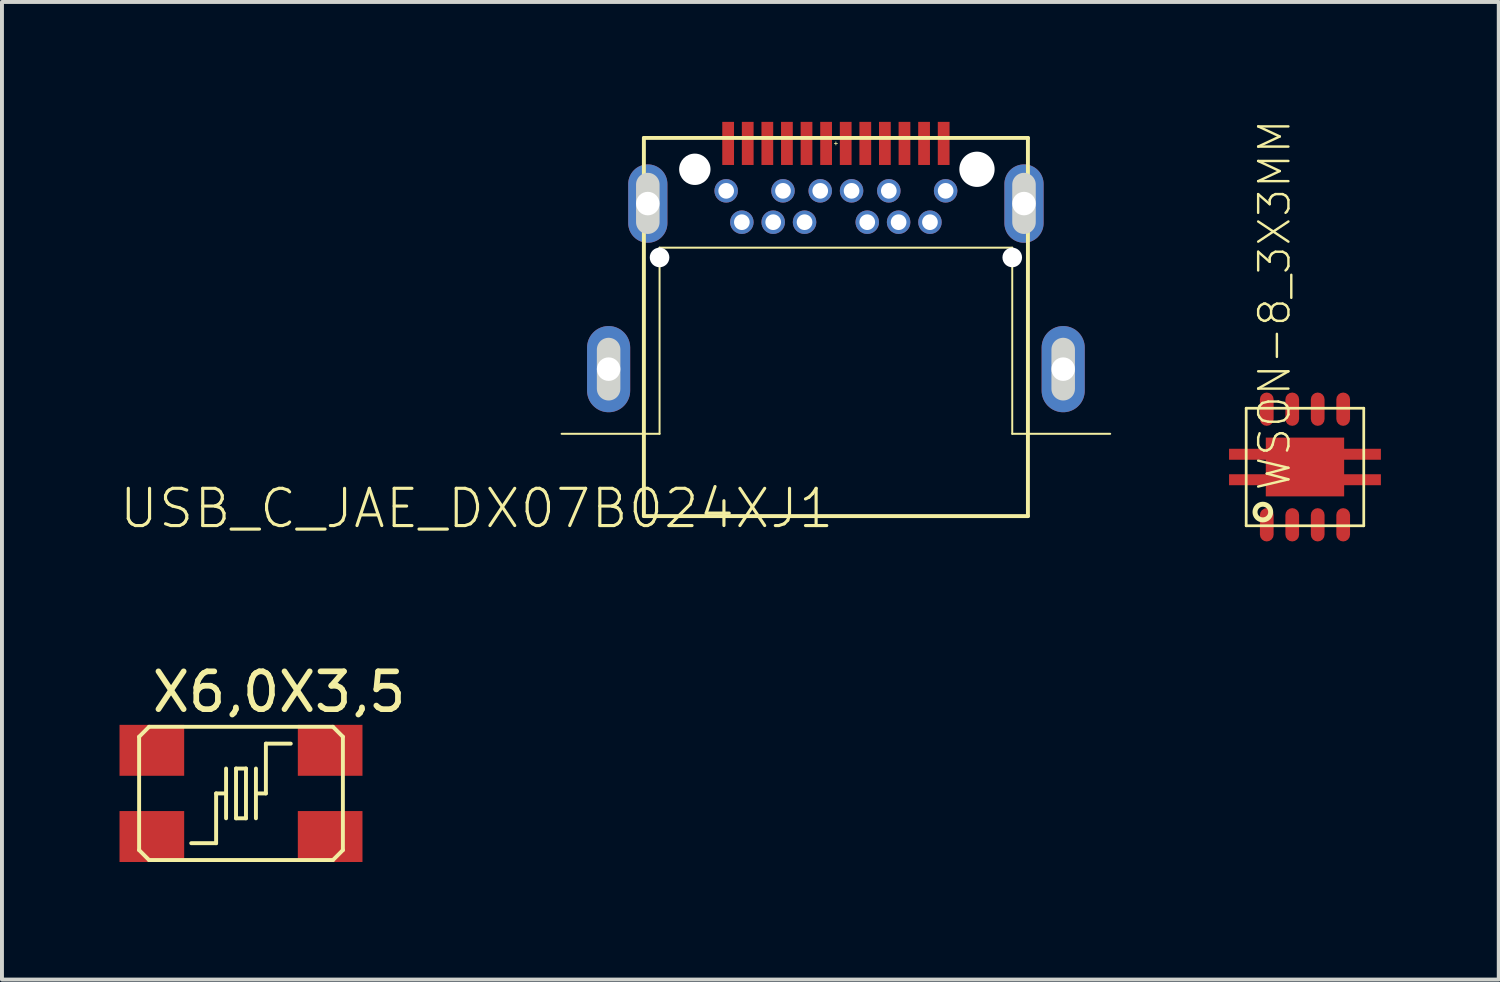
<source format=kicad_pcb>
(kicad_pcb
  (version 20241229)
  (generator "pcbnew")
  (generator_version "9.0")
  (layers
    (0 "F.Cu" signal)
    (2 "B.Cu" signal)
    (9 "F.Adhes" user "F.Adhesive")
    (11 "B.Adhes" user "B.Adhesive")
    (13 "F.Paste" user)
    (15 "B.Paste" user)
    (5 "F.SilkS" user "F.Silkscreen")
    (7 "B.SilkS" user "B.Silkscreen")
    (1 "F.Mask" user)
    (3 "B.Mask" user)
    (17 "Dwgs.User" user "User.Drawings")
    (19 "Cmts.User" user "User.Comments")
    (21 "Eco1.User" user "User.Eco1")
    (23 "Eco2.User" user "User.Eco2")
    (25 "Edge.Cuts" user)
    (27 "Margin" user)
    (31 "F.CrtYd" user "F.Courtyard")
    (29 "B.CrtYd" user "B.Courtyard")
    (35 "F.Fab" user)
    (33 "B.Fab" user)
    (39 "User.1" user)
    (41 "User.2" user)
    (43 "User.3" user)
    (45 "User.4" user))
  (footprint "X6,0X3,5"
    (layer "F.Cu")
    (at 3.1 17.197)
    (property "Reference" "X6,0X3,5" (at -2.34 -2.025 0) (layer "F.SilkS") (effects (font (size 0.965 0.965) (thickness 0.145)) (justify left bottom)))
    (attr through_hole)
    (fp_line (start -2.6 -1.446) (end -2.346 -1.7) (stroke (width 0.1) (type solid)) (layer "F.SilkS"))
    (fp_line (start -2.6 1.446) (end -2.6 -1.446) (stroke (width 0.1) (type solid)) (layer "F.SilkS"))
    (fp_line (start -2.346 -1.7) (end 2.346 -1.7) (stroke (width 0.1) (type solid)) (layer "F.SilkS"))
    (fp_line (start -2.346 1.7) (end -2.6 1.446) (stroke (width 0.1) (type solid)) (layer "F.SilkS"))
    (fp_line (start -1.27 1.27) (end -0.635 1.27) (stroke (width 0.1) (type solid)) (layer "F.SilkS"))
    (fp_line (start -0.635 0) (end -0.381 0) (stroke (width 0.1) (type solid)) (layer "F.SilkS"))
    (fp_line (start -0.635 1.27) (end -0.635 0) (stroke (width 0.1) (type solid)) (layer "F.SilkS"))
    (fp_line (start -0.381 0) (end -0.381 -0.635) (stroke (width 0.1) (type solid)) (layer "F.SilkS"))
    (fp_line (start -0.381 0) (end -0.381 0.635) (stroke (width 0.1) (type solid)) (layer "F.SilkS"))
    (fp_line (start -0.127 -0.635) (end 0.127 -0.635) (stroke (width 0.1) (type solid)) (layer "F.SilkS"))
    (fp_line (start -0.127 0.635) (end -0.127 -0.635) (stroke (width 0.1) (type solid)) (layer "F.SilkS"))
    (fp_line (start 0.127 -0.635) (end 0.127 0.635) (stroke (width 0.1) (type solid)) (layer "F.SilkS"))
    (fp_line (start 0.127 0.635) (end -0.127 0.635) (stroke (width 0.1) (type solid)) (layer "F.SilkS"))
    (fp_line (start 0.381 -0.635) (end 0.381 0) (stroke (width 0.1) (type solid)) (layer "F.SilkS"))
    (fp_line (start 0.381 0) (end 0.381 0.635) (stroke (width 0.1) (type solid)) (layer "F.SilkS"))
    (fp_line (start 0.381 0) (end 0.635 0) (stroke (width 0.1) (type solid)) (layer "F.SilkS"))
    (fp_line (start 0.635 -1.27) (end 1.27 -1.27) (stroke (width 0.1) (type solid)) (layer "F.SilkS"))
    (fp_line (start 0.635 0) (end 0.635 -1.27) (stroke (width 0.1) (type solid)) (layer "F.SilkS"))
    (fp_line (start 2.346 -1.7) (end 2.6 -1.446) (stroke (width 0.1) (type solid)) (layer "F.SilkS"))
    (fp_line (start 2.346 1.7) (end -2.346 1.7) (stroke (width 0.1) (type solid)) (layer "F.SilkS"))
    (fp_line (start 2.6 -1.446) (end 2.6 1.446) (stroke (width 0.1) (type solid)) (layer "F.SilkS"))
    (fp_line (start 2.6 1.446) (end 2.346 1.7) (stroke (width 0.1) (type solid)) (layer "F.SilkS"))
    (pad "1" smd rect (at -2.275 1.1) (size 1.65 1.3) (layers "F.Cu" "F.Mask" "F.Paste"))
    (pad "2" smd rect (at 2.275 1.1) (size 1.65 1.3) (layers "F.Cu" "F.Mask" "F.Paste"))
    (pad "3" smd rect (at 2.275 -1.1) (size 1.65 1.3) (layers "F.Cu" "F.Mask" "F.Paste"))
    (pad "4" smd rect (at -2.275 -1.1) (size 1.65 1.3) (layers "F.Cu" "F.Mask" "F.Paste")))
  (footprint "WSON-8_3X3MM"
    (layer "F.Cu")
    (at 30.251 8.867)
    (property "Reference" "WSON-8_3X3MM" (at -0.325 0.65 90) (layer "F.SilkS") (effects (font (size 0.772 0.772) (thickness 0.062)) (justify left bottom)))
    (attr through_hole)
    (fp_line (start -0.975 -1.725) (end -0.975 -1.225) (stroke (width 0.36) (type solid)) (layer "F.Mask"))
    (fp_line (start -0.975 1.225) (end -0.975 1.725) (stroke (width 0.36) (type solid)) (layer "F.Mask"))
    (fp_line (start -0.325 -1.725) (end -0.325 -1.225) (stroke (width 0.36) (type solid)) (layer "F.Mask"))
    (fp_line (start -0.325 1.225) (end -0.325 1.725) (stroke (width 0.36) (type solid)) (layer "F.Mask"))
    (fp_line (start 0.325 -1.725) (end 0.325 -1.225) (stroke (width 0.36) (type solid)) (layer "F.Mask"))
    (fp_line (start 0.325 1.225) (end 0.325 1.725) (stroke (width 0.36) (type solid)) (layer "F.Mask"))
    (fp_line (start 0.975 -1.725) (end 0.975 -1.225) (stroke (width 0.36) (type solid)) (layer "F.Mask"))
    (fp_line (start 0.975 1.225) (end 0.975 1.725) (stroke (width 0.36) (type solid)) (layer "F.Mask"))
    (fp_poly (pts (xy -1.945 -0.175) (xy -0.99 -0.175) (xy -0.99 -0.475) (xy -1.945 -0.475)) (stroke (width 0) (type solid)) (fill yes) (layer "F.Mask"))
    (fp_poly (pts (xy -1.945 0.475) (xy -0.99 0.475) (xy -0.99 0.175) (xy -1.945 0.175)) (stroke (width 0) (type solid)) (fill yes) (layer "F.Mask"))
    (fp_poly (pts (xy -0.775 0.65) (xy 0.775 0.65) (xy 0.775 -0.65) (xy -0.775 -0.65)) (stroke (width 0) (type solid)) (fill yes) (layer "F.Mask"))
    (fp_poly (pts (xy 0.99 -0.175) (xy 1.945 -0.175) (xy 1.945 -0.475) (xy 0.99 -0.475)) (stroke (width 0) (type solid)) (fill yes) (layer "F.Mask"))
    (fp_poly (pts (xy 0.99 0.475) (xy 1.945 0.475) (xy 1.945 0.175) (xy 0.99 0.175)) (stroke (width 0) (type solid)) (fill yes) (layer "F.Mask"))
    (fp_line (start -1.5 -1.5) (end 1.5 -1.5) (stroke (width 0.07) (type solid)) (layer "F.SilkS"))
    (fp_line (start -1.5 1.5) (end -1.5 -1.5) (stroke (width 0.07) (type solid)) (layer "F.SilkS"))
    (fp_line (start 1.5 -1.5) (end 1.5 1.5) (stroke (width 0.07) (type solid)) (layer "F.SilkS"))
    (fp_line (start 1.5 1.5) (end -1.5 1.5) (stroke (width 0.07) (type solid)) (layer "F.SilkS"))
    (fp_circle (center -1.075 1.15) (end -0.875 1.15) (stroke (width 0.127) (type solid)) (fill no) (layer "F.SilkS"))
    (fp_line (start -0.975 -1.73) (end -0.975 -1.22) (stroke (width 0.3) (type solid)) (layer "F.Paste"))
    (fp_line (start -0.975 1.22) (end -0.975 1.73) (stroke (width 0.3) (type solid)) (layer "F.Paste"))
    (fp_line (start -0.325 -1.73) (end -0.325 -1.22) (stroke (width 0.3) (type solid)) (layer "F.Paste"))
    (fp_line (start -0.325 1.22) (end -0.325 1.73) (stroke (width 0.3) (type solid)) (layer "F.Paste"))
    (fp_line (start 0.325 -1.73) (end 0.325 -1.22) (stroke (width 0.3) (type solid)) (layer "F.Paste"))
    (fp_line (start 0.325 1.22) (end 0.325 1.73) (stroke (width 0.3) (type solid)) (layer "F.Paste"))
    (fp_line (start 0.975 -1.73) (end 0.975 -1.22) (stroke (width 0.3) (type solid)) (layer "F.Paste"))
    (fp_line (start 0.975 1.22) (end 0.975 1.73) (stroke (width 0.3) (type solid)) (layer "F.Paste"))
    (fp_poly (pts (xy -1.93 -0.195) (xy -1.005 -0.195) (xy -1.005 -0.455) (xy -1.93 -0.455)) (stroke (width 0) (type solid)) (fill yes) (layer "F.Paste"))
    (fp_poly (pts (xy -1.93 0.455) (xy -1.005 0.455) (xy -1.005 0.195) (xy -1.93 0.195)) (stroke (width 0) (type solid)) (fill yes) (layer "F.Paste"))
    (fp_poly (pts (xy -0.7 -0.1) (xy -0.1 -0.1) (xy -0.1 -0.6) (xy -0.7 -0.6)) (stroke (width 0) (type solid)) (fill yes) (layer "F.Paste"))
    (fp_poly (pts (xy -0.7 0.6) (xy -0.1 0.6) (xy -0.1 0.1) (xy -0.7 0.1)) (stroke (width 0) (type solid)) (fill yes) (layer "F.Paste"))
    (fp_poly (pts (xy 0.1 -0.1) (xy 0.7 -0.1) (xy 0.7 -0.6) (xy 0.1 -0.6)) (stroke (width 0) (type solid)) (fill yes) (layer "F.Paste"))
    (fp_poly (pts (xy 0.1 0.6) (xy 0.7 0.6) (xy 0.7 0.1) (xy 0.1 0.1)) (stroke (width 0) (type solid)) (fill yes) (layer "F.Paste"))
    (fp_poly (pts (xy 1.005 -0.195) (xy 1.93 -0.195) (xy 1.93 -0.455) (xy 1.005 -0.455)) (stroke (width 0) (type solid)) (fill yes) (layer "F.Paste"))
    (fp_poly (pts (xy 1.005 0.455) (xy 1.93 0.455) (xy 1.93 0.195) (xy 1.005 0.195)) (stroke (width 0) (type solid)) (fill yes) (layer "F.Paste"))
    (pad "1" smd roundrect (at -0.975 1.475 90) (size 0.85 0.35) (layers "F.Cu" "F.Mask") (roundrect_rratio 0.5))
    (pad "2" smd roundrect (at -0.325 1.475 90) (size 0.85 0.35) (layers "F.Cu" "F.Mask") (roundrect_rratio 0.5))
    (pad "3" smd roundrect (at 0.325 1.475 90) (size 0.85 0.35) (layers "F.Cu" "F.Mask") (roundrect_rratio 0.5))
    (pad "4" smd roundrect (at 0.975 1.475 90) (size 0.85 0.35) (layers "F.Cu" "F.Mask") (roundrect_rratio 0.5))
    (pad "5" smd roundrect (at 0.975 -1.475 90) (size 0.85 0.35) (layers "F.Cu" "F.Mask") (roundrect_rratio 0.5))
    (pad "6" smd roundrect (at 0.325 -1.475 90) (size 0.85 0.35) (layers "F.Cu" "F.Mask") (roundrect_rratio 0.5))
    (pad "7" smd roundrect (at -0.325 -1.475 90) (size 0.85 0.35) (layers "F.Cu" "F.Mask") (roundrect_rratio 0.5))
    (pad "8" smd roundrect (at -0.975 -1.475 90) (size 0.85 0.35) (layers "F.Cu" "F.Mask") (roundrect_rratio 0.5))
    (pad "EP" smd rect (at 0 0) (size 2 1.5) (layers "F.Cu" "F.Mask"))
    (pad "EP$1" smd rect (at -1.425 -0.325 90) (size 0.28 1.025) (layers "F.Cu" "F.Mask"))
    (pad "EP$2" smd rect (at -1.425 0.325 90) (size 0.28 1.025) (layers "F.Cu" "F.Mask"))
    (pad "EP$3" smd rect (at 1.425 0.325 90) (size 0.28 1.025) (layers "F.Cu" "F.Mask"))
    (pad "EP$4" smd rect (at 1.425 -0.325 90) (size 0.28 1.025) (layers "F.Cu" "F.Mask")))
  (footprint "USB_C_JAE_DX07B024XJ1"
    (layer "F.Cu")
    (at 18.281 6.37)
    (property "Reference" "USB_C_JAE_DX07B024XJ1" (at 0 3 0) (layer "F.SilkS") (effects (font (size 0.95 0.95) (thickness 0.08)) (justify right top)))
    (attr through_hole)
    (fp_poly (pts (xy -2.96 -5.15) (xy 2.96 -5.15) (xy 2.96 -6.37) (xy -2.96 -6.37)) (stroke (width 0) (type solid)) (fill yes) (layer "F.Mask"))
    (fp_poly (pts (xy 4.51 -3.75) (xy 4.51 -4.71) (xy 4.549 -4.855) (xy 4.655 -4.961) (xy 4.8 -5) (xy 4.945 -4.961) (xy 5.051 -4.855) (xy 5.09 -4.71) (xy 5.09 -3.75) (xy 5.051 -3.605) (xy 4.945 -3.499) (xy 4.8 -3.46) (xy 4.655 -3.499) (xy 4.549 -3.605)) (stroke (width 0) (type solid)) (fill yes) (layer "In1.Cu"))
    (fp_poly (pts (xy 5.51 0.5) (xy 5.51 -0.5) (xy 5.549 -0.645) (xy 5.655 -0.751) (xy 5.8 -0.79) (xy 5.945 -0.751) (xy 6.051 -0.645) (xy 6.09 -0.5) (xy 6.09 0.5) (xy 6.051 0.645) (xy 5.945 0.751) (xy 5.8 0.79) (xy 5.655 0.751) (xy 5.549 0.645)) (stroke (width 0) (type solid)) (fill yes) (layer "In1.Cu"))
    (fp_poly (pts (xy -6.09 -0.05) (xy -6.09 -0.5) (xy -6.051 -0.645) (xy -5.945 -0.751) (xy -5.8 -0.79) (xy -5.655 -0.751) (xy -5.549 -0.645) (xy -5.51 -0.5) (xy -5.51 -0.03) (xy -5.51 0.5) (xy -5.549 0.645) (xy -5.655 0.751) (xy -5.8 0.79) (xy -5.945 0.751) (xy -6.051 0.645) (xy -6.09 0.5)) (stroke (width 0) (type solid)) (fill yes) (layer "In1.Cu"))
    (fp_poly (pts (xy -5.09 -4.25) (xy -5.09 -4.71) (xy -5.051 -4.855) (xy -4.945 -4.961) (xy -4.8 -5) (xy -4.655 -4.961) (xy -4.549 -4.855) (xy -4.51 -4.71) (xy -4.51 -4.23) (xy -4.51 -3.75) (xy -4.549 -3.605) (xy -4.655 -3.499) (xy -4.8 -3.46) (xy -4.945 -3.499) (xy -5.051 -3.605) (xy -5.09 -3.75)) (stroke (width 0) (type solid)) (fill yes) (layer "In1.Cu"))
    (fp_line (start -7 1.65) (end -4.5 1.65) (stroke (width 0.05) (type solid)) (layer "F.SilkS"))
    (fp_line (start -4.9 -5.9) (end -4.9 3.75) (stroke (width 0.1) (type solid)) (layer "F.SilkS"))
    (fp_line (start -4.9 3.75) (end 4.9 3.75) (stroke (width 0.1) (type solid)) (layer "F.SilkS"))
    (fp_line (start -4.5 -3.1) (end 4.5 -3.1) (stroke (width 0.05) (type solid)) (layer "F.SilkS"))
    (fp_line (start -4.5 1.65) (end -4.5 -3.1) (stroke (width 0.05) (type solid)) (layer "F.SilkS"))
    (fp_line (start -0.04 -5.76) (end 0.04 -5.76) (stroke (width 0.02) (type solid)) (layer "F.SilkS"))
    (fp_line (start 0 -5.8) (end 0 -5.72) (stroke (width 0.02) (type solid)) (layer "F.SilkS"))
    (fp_line (start 4.5 -3.1) (end 4.5 1.65) (stroke (width 0.05) (type solid)) (layer "F.SilkS"))
    (fp_line (start 4.5 1.65) (end 7 1.65) (stroke (width 0.05) (type solid)) (layer "F.SilkS"))
    (fp_line (start 4.9 -5.9) (end -4.9 -5.9) (stroke (width 0.1) (type solid)) (layer "F.SilkS"))
    (fp_line (start 4.9 3.75) (end 4.9 -5.9) (stroke (width 0.1) (type solid)) (layer "F.SilkS"))
    (fp_poly (pts (xy -6.09 0.5) (xy -6.09 -0.5) (xy -6.051 -0.645) (xy -5.945 -0.751) (xy -5.8 -0.79) (xy -5.655 -0.751) (xy -5.549 -0.645) (xy -5.51 -0.5) (xy -5.51 0.5) (xy -5.549 0.645) (xy -5.655 0.751) (xy -5.8 0.79) (xy -5.945 0.751) (xy -6.051 0.645)) (stroke (width 0) (type solid)) (fill yes) (layer "In2.Cu"))
    (fp_poly (pts (xy -5.09 -3.75) (xy -5.09 -4.71) (xy -5.051 -4.855) (xy -4.945 -4.961) (xy -4.8 -5) (xy -4.655 -4.961) (xy -4.549 -4.855) (xy -4.51 -4.71) (xy -4.51 -3.75) (xy -4.549 -3.605) (xy -4.655 -3.499) (xy -4.8 -3.46) (xy -4.945 -3.499) (xy -5.051 -3.605)) (stroke (width 0) (type solid)) (fill yes) (layer "In2.Cu"))
    (fp_poly (pts (xy 4.51 -3.75) (xy 4.51 -4.71) (xy 4.549 -4.855) (xy 4.655 -4.961) (xy 4.8 -5) (xy 4.945 -4.961) (xy 5.051 -4.855) (xy 5.09 -4.71) (xy 5.09 -3.75) (xy 5.051 -3.605) (xy 4.945 -3.499) (xy 4.8 -3.46) (xy 4.655 -3.499) (xy 4.549 -3.605)) (stroke (width 0) (type solid)) (fill yes) (layer "In2.Cu"))
    (fp_poly (pts (xy 5.51 0.5) (xy 5.51 -0.5) (xy 5.549 -0.645) (xy 5.655 -0.751) (xy 5.8 -0.79) (xy 5.945 -0.751) (xy 6.051 -0.645) (xy 6.09 -0.5) (xy 6.09 0.5) (xy 6.051 0.645) (xy 5.945 0.751) (xy 5.8 0.79) (xy 5.655 0.751) (xy 5.549 0.645)) (stroke (width 0) (type solid)) (fill yes) (layer "In2.Cu"))
    (fp_line (start -5.8 0.5) (end -5.8 -0.5) (stroke (width 0.8) (type solid)) (layer "F.Paste"))
    (fp_line (start -4.8 -3.75) (end -4.8 -4.71) (stroke (width 0.8) (type solid)) (layer "F.Paste"))
    (fp_line (start 4.8 -3.75) (end 4.8 -4.71) (stroke (width 0.8) (type solid)) (layer "F.Paste"))
    (fp_line (start 5.8 0.5) (end 5.8 -0.5) (stroke (width 0.8) (type solid)) (layer "F.Paste"))
    (fp_circle (center -2.8 -4.55) (end -2.65 -4.55) (stroke (width 0.3) (type solid)) (fill no) (layer "F.Paste"))
    (fp_circle (center -2.4 -3.75) (end -2.25 -3.75) (stroke (width 0.3) (type solid)) (fill no) (layer "F.Paste"))
    (fp_circle (center -1.6 -3.75) (end -1.45 -3.75) (stroke (width 0.3) (type solid)) (fill no) (layer "F.Paste"))
    (fp_circle (center -1.35 -4.55) (end -1.2 -4.55) (stroke (width 0.3) (type solid)) (fill no) (layer "F.Paste"))
    (fp_circle (center -0.8 -3.75) (end -0.65 -3.75) (stroke (width 0.3) (type solid)) (fill no) (layer "F.Paste"))
    (fp_circle (center -0.4 -4.55) (end -0.25 -4.55) (stroke (width 0.3) (type solid)) (fill no) (layer "F.Paste"))
    (fp_circle (center 0.4 -4.55) (end 0.55 -4.55) (stroke (width 0.3) (type solid)) (fill no) (layer "F.Paste"))
    (fp_circle (center 0.8 -3.75) (end 0.95 -3.75) (stroke (width 0.3) (type solid)) (fill no) (layer "F.Paste"))
    (fp_circle (center 1.35 -4.55) (end 1.5 -4.55) (stroke (width 0.3) (type solid)) (fill no) (layer "F.Paste"))
    (fp_circle (center 1.6 -3.75) (end 1.75 -3.75) (stroke (width 0.3) (type solid)) (fill no) (layer "F.Paste"))
    (fp_circle (center 2.4 -3.75) (end 2.55 -3.75) (stroke (width 0.3) (type solid)) (fill no) (layer "F.Paste"))
    (fp_circle (center 2.8 -4.55) (end 2.95 -4.55) (stroke (width 0.3) (type solid)) (fill no) (layer "F.Paste"))
    (fp_poly (pts (xy -2.87 -5.24) (xy -2.63 -5.24) (xy -2.63 -6.28) (xy -2.87 -6.28)) (stroke (width 0) (type solid)) (fill yes) (layer "F.Paste"))
    (fp_poly (pts (xy -2.37 -5.24) (xy -2.13 -5.24) (xy -2.13 -6.28) (xy -2.37 -6.28)) (stroke (width 0) (type solid)) (fill yes) (layer "F.Paste"))
    (fp_poly (pts (xy -1.87 -5.24) (xy -1.63 -5.24) (xy -1.63 -6.28) (xy -1.87 -6.28)) (stroke (width 0) (type solid)) (fill yes) (layer "F.Paste"))
    (fp_poly (pts (xy -1.37 -5.24) (xy -1.13 -5.24) (xy -1.13 -6.28) (xy -1.37 -6.28)) (stroke (width 0) (type solid)) (fill yes) (layer "F.Paste"))
    (fp_poly (pts (xy -0.87 -5.24) (xy -0.63 -5.24) (xy -0.63 -6.28) (xy -0.87 -6.28)) (stroke (width 0) (type solid)) (fill yes) (layer "F.Paste"))
    (fp_poly (pts (xy -0.37 -5.24) (xy -0.13 -5.24) (xy -0.13 -6.28) (xy -0.37 -6.28)) (stroke (width 0) (type solid)) (fill yes) (layer "F.Paste"))
    (fp_poly (pts (xy 0.13 -5.24) (xy 0.37 -5.24) (xy 0.37 -6.28) (xy 0.13 -6.28)) (stroke (width 0) (type solid)) (fill yes) (layer "F.Paste"))
    (fp_poly (pts (xy 0.63 -5.24) (xy 0.87 -5.24) (xy 0.87 -6.28) (xy 0.63 -6.28)) (stroke (width 0) (type solid)) (fill yes) (layer "F.Paste"))
    (fp_poly (pts (xy 1.13 -5.24) (xy 1.37 -5.24) (xy 1.37 -6.28) (xy 1.13 -6.28)) (stroke (width 0) (type solid)) (fill yes) (layer "F.Paste"))
    (fp_poly (pts (xy 1.63 -5.24) (xy 1.87 -5.24) (xy 1.87 -6.28) (xy 1.63 -6.28)) (stroke (width 0) (type solid)) (fill yes) (layer "F.Paste"))
    (fp_poly (pts (xy 2.13 -5.24) (xy 2.37 -5.24) (xy 2.37 -6.28) (xy 2.13 -6.28)) (stroke (width 0) (type solid)) (fill yes) (layer "F.Paste"))
    (fp_poly (pts (xy 2.63 -5.24) (xy 2.87 -5.24) (xy 2.87 -6.28) (xy 2.63 -6.28)) (stroke (width 0) (type solid)) (fill yes) (layer "F.Paste"))
    (fp_line (start -5.8 0.5) (end -5.8 -0.5) (stroke (width 0.6) (type solid)) (layer "Edge.Cuts"))
    (fp_line (start -4.8 -3.75) (end -4.8 -4.71) (stroke (width 0.6) (type solid)) (layer "Edge.Cuts"))
    (fp_line (start 4.8 -3.75) (end 4.8 -4.71) (stroke (width 0.6) (type solid)) (layer "Edge.Cuts"))
    (fp_line (start 5.8 0.5) (end 5.8 -0.5) (stroke (width 0.6) (type solid)) (layer "Edge.Cuts"))
    (pad "" np_thru_hole circle (at -4.5 -2.85) (size 0.5 0.5) (drill 0.5) (layers "*.Cu" "*.Mask"))
    (pad "" np_thru_hole circle (at -3.6 -5.1) (size 0.8 0.8) (drill 0.8) (layers "*.Cu" "*.Mask"))
    (pad "" np_thru_hole circle (at 3.6 -5.1) (size 0.9 0.9) (drill 0.9) (layers "*.Cu" "*.Mask"))
    (pad "" np_thru_hole circle (at 4.5 -2.85) (size 0.5 0.5) (drill 0.5) (layers "*.Cu" "*.Mask"))
    (pad "A1" smd rect (at -2.75 -5.76 90) (size 1.1 0.3) (layers "F.Cu" "F.Mask"))
    (pad "A2" smd rect (at -2.25 -5.76 90) (size 1.1 0.3) (layers "F.Cu" "F.Mask"))
    (pad "A3" smd rect (at -1.75 -5.76 90) (size 1.1 0.3) (layers "F.Cu" "F.Mask"))
    (pad "A4" smd rect (at -1.25 -5.76 90) (size 1.1 0.3) (layers "F.Cu" "F.Mask"))
    (pad "A5" smd rect (at -0.75 -5.76 90) (size 1.1 0.3) (layers "F.Cu" "F.Mask"))
    (pad "A6" smd rect (at -0.25 -5.76 90) (size 1.1 0.3) (layers "F.Cu" "F.Mask"))
    (pad "A7" smd rect (at 0.25 -5.76 90) (size 1.1 0.3) (layers "F.Cu" "F.Mask"))
    (pad "A8" smd rect (at 0.75 -5.76 90) (size 1.1 0.3) (layers "F.Cu" "F.Mask"))
    (pad "A9" smd rect (at 1.25 -5.76 90) (size 1.1 0.3) (layers "F.Cu" "F.Mask"))
    (pad "A10" smd rect (at 1.75 -5.76 90) (size 1.1 0.3) (layers "F.Cu" "F.Mask"))
    (pad "A11" smd rect (at 2.25 -5.76 90) (size 1.1 0.3) (layers "F.Cu" "F.Mask"))
    (pad "A12" smd rect (at 2.75 -5.76 90) (size 1.1 0.3) (layers "F.Cu" "F.Mask"))
    (pad "B1" thru_hole circle (at 2.8 -4.55) (size 0.6 0.6) (drill 0.4) (layers "*.Cu" "*.Mask"))
    (pad "B2" thru_hole circle (at 2.4 -3.75) (size 0.6 0.6) (drill 0.4) (layers "*.Cu" "*.Mask"))
    (pad "B3" thru_hole circle (at 1.6 -3.75) (size 0.6 0.6) (drill 0.4) (layers "*.Cu" "*.Mask"))
    (pad "B4" thru_hole circle (at 1.35 -4.55) (size 0.6 0.6) (drill 0.4) (layers "*.Cu" "*.Mask"))
    (pad "B5" thru_hole circle (at 0.8 -3.75) (size 0.6 0.6) (drill 0.4) (layers "*.Cu" "*.Mask"))
    (pad "B6" thru_hole circle (at 0.4 -4.55) (size 0.6 0.6) (drill 0.4) (layers "*.Cu" "*.Mask"))
    (pad "B7" thru_hole circle (at -0.4 -4.55) (size 0.6 0.6) (drill 0.4) (layers "*.Cu" "*.Mask"))
    (pad "B8" thru_hole circle (at -0.8 -3.75) (size 0.6 0.6) (drill 0.4) (layers "*.Cu" "*.Mask"))
    (pad "B9" thru_hole circle (at -1.35 -4.55) (size 0.6 0.6) (drill 0.4) (layers "*.Cu" "*.Mask"))
    (pad "B10" thru_hole circle (at -1.6 -3.75) (size 0.6 0.6) (drill 0.4) (layers "*.Cu" "*.Mask"))
    (pad "B11" thru_hole circle (at -2.4 -3.75) (size 0.6 0.6) (drill 0.4) (layers "*.Cu" "*.Mask"))
    (pad "B12" thru_hole circle (at -2.8 -4.55) (size 0.6 0.6) (drill 0.4) (layers "*.Cu" "*.Mask"))
    (pad "SH1" thru_hole oval (at -4.8 -4.225 90) (size 2 1) (drill 0.6) (layers "*.Cu" "*.Mask"))
    (pad "SH2" thru_hole oval (at -5.8 0 90) (size 2.2 1.1) (drill 0.6) (layers "*.Cu" "*.Mask"))
    (pad "SH3" thru_hole oval (at 5.8 0 90) (size 2.2 1.1) (drill 0.6) (layers "*.Cu" "*.Mask"))
    (pad "SH4" thru_hole oval (at 4.8 -4.225 90) (size 2 1) (drill 0.6) (layers "*.Cu" "*.Mask")))
  (gr_rect
    (start -3 -3)
    (end 35.196 21.947)
    (stroke (width 0.1) (type default))
    (fill no)
    (layer "Edge.Cuts")))
</source>
